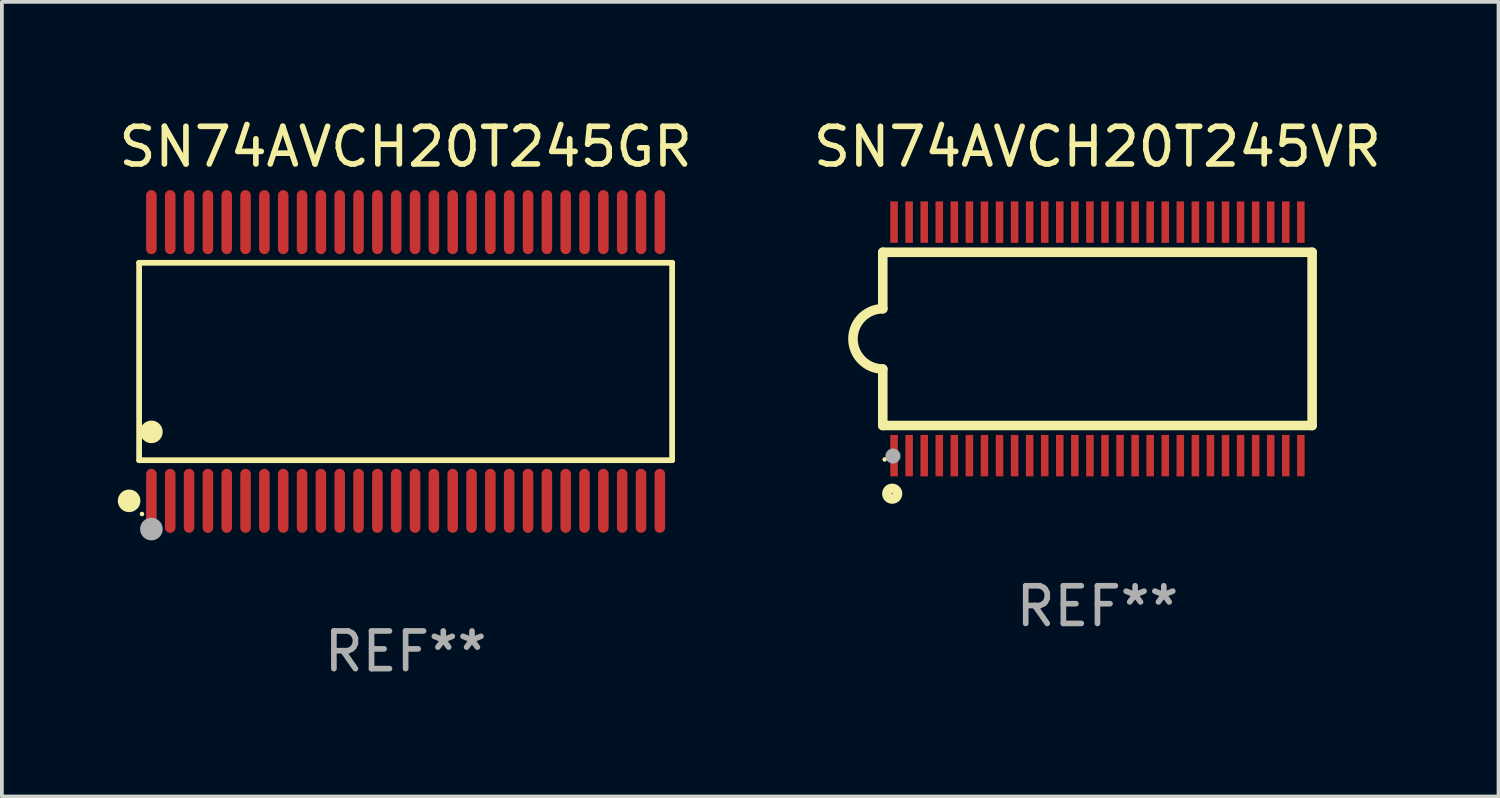
<source format=kicad_pcb>
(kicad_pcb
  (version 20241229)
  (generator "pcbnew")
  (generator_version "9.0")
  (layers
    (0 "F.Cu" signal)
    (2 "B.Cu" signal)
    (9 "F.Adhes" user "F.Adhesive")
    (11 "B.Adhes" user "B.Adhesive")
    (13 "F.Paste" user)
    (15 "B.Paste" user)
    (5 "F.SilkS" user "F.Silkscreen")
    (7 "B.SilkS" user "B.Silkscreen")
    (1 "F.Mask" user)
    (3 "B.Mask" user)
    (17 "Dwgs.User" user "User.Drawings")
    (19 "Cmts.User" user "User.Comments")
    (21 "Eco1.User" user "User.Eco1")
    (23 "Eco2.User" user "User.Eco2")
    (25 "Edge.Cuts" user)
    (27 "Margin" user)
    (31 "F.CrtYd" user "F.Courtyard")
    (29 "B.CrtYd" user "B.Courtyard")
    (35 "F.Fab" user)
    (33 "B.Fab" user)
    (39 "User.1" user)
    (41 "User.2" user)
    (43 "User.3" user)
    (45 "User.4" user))
  (footprint "SN74AVCH20T245GR"
    (layer "F.Cu")
    (at 7.72 6.548)
    (property "Reference" "SN74AVCH20T245GR" (at 0 -5.7 0) (layer "F.SilkS") (effects (font (size 1 1) (thickness 0.15))))
    (attr through_hole)
    (fp_line (start -7.076 -2.621) (end 7.076 -2.621) (stroke (width 0.152) (type solid)) (layer "F.SilkS"))
    (fp_line (start -7.076 2.621) (end -7.076 -2.621) (stroke (width 0.152) (type solid)) (layer "F.SilkS"))
    (fp_line (start 7.076 -2.621) (end 7.076 2.621) (stroke (width 0.152) (type solid)) (layer "F.SilkS"))
    (fp_line (start 7.076 2.621) (end -7.076 2.621) (stroke (width 0.152) (type solid)) (layer "F.SilkS"))
    (fp_circle (center -7.342 3.7) (end -7.192 3.7) (stroke (width 0.3) (type solid)) (fill no) (layer "F.SilkS"))
    (fp_circle (center -7 4.05) (end -6.97 4.05) (stroke (width 0.06) (type solid)) (fill no) (layer "F.SilkS"))
    (fp_circle (center -6.75 1.869) (end -6.6 1.869) (stroke (width 0.3) (type solid)) (fill no) (layer "F.SilkS"))
    (fp_circle (center -6.75 4.45) (end -6.6 4.45) (stroke (width 0.3) (type solid)) (fill no) (layer "F.Fab"))
    (fp_text user "REF**" (at 0 7.7 0) (layer "F.Fab") (effects (font (size 1 1) (thickness 0.15))))
    (pad "1" smd oval (at -6.75 3.7) (size 0.28 1.7) (layers "F.Cu" "F.Mask" "F.Paste"))
    (pad "2" smd oval (at -6.25 3.7) (size 0.28 1.7) (layers "F.Cu" "F.Mask" "F.Paste"))
    (pad "3" smd oval (at -5.75 3.7) (size 0.28 1.7) (layers "F.Cu" "F.Mask" "F.Paste"))
    (pad "4" smd oval (at -5.25 3.7) (size 0.28 1.7) (layers "F.Cu" "F.Mask" "F.Paste"))
    (pad "5" smd oval (at -4.75 3.7) (size 0.28 1.7) (layers "F.Cu" "F.Mask" "F.Paste"))
    (pad "6" smd oval (at -4.25 3.7) (size 0.28 1.7) (layers "F.Cu" "F.Mask" "F.Paste"))
    (pad "7" smd oval (at -3.75 3.7) (size 0.28 1.7) (layers "F.Cu" "F.Mask" "F.Paste"))
    (pad "8" smd oval (at -3.25 3.7) (size 0.28 1.7) (layers "F.Cu" "F.Mask" "F.Paste"))
    (pad "9" smd oval (at -2.75 3.7) (size 0.28 1.7) (layers "F.Cu" "F.Mask" "F.Paste"))
    (pad "10" smd oval (at -2.25 3.7) (size 0.28 1.7) (layers "F.Cu" "F.Mask" "F.Paste"))
    (pad "11" smd oval (at -1.75 3.7) (size 0.28 1.7) (layers "F.Cu" "F.Mask" "F.Paste"))
    (pad "12" smd oval (at -1.25 3.7) (size 0.28 1.7) (layers "F.Cu" "F.Mask" "F.Paste"))
    (pad "13" smd oval (at -0.75 3.7) (size 0.28 1.7) (layers "F.Cu" "F.Mask" "F.Paste"))
    (pad "14" smd oval (at -0.25 3.7) (size 0.28 1.7) (layers "F.Cu" "F.Mask" "F.Paste"))
    (pad "15" smd oval (at 0.25 3.7) (size 0.28 1.7) (layers "F.Cu" "F.Mask" "F.Paste"))
    (pad "16" smd oval (at 0.75 3.7) (size 0.28 1.7) (layers "F.Cu" "F.Mask" "F.Paste"))
    (pad "17" smd oval (at 1.25 3.7) (size 0.28 1.7) (layers "F.Cu" "F.Mask" "F.Paste"))
    (pad "18" smd oval (at 1.75 3.7) (size 0.28 1.7) (layers "F.Cu" "F.Mask" "F.Paste"))
    (pad "19" smd oval (at 2.25 3.7) (size 0.28 1.7) (layers "F.Cu" "F.Mask" "F.Paste"))
    (pad "20" smd oval (at 2.75 3.7) (size 0.28 1.7) (layers "F.Cu" "F.Mask" "F.Paste"))
    (pad "21" smd oval (at 3.25 3.7) (size 0.28 1.7) (layers "F.Cu" "F.Mask" "F.Paste"))
    (pad "22" smd oval (at 3.75 3.7) (size 0.28 1.7) (layers "F.Cu" "F.Mask" "F.Paste"))
    (pad "23" smd oval (at 4.25 3.7) (size 0.28 1.7) (layers "F.Cu" "F.Mask" "F.Paste"))
    (pad "24" smd oval (at 4.75 3.7) (size 0.28 1.7) (layers "F.Cu" "F.Mask" "F.Paste"))
    (pad "25" smd oval (at 5.25 3.7) (size 0.28 1.7) (layers "F.Cu" "F.Mask" "F.Paste"))
    (pad "26" smd oval (at 5.75 3.7) (size 0.28 1.7) (layers "F.Cu" "F.Mask" "F.Paste"))
    (pad "27" smd oval (at 6.25 3.7) (size 0.28 1.7) (layers "F.Cu" "F.Mask" "F.Paste"))
    (pad "28" smd oval (at 6.75 3.7) (size 0.28 1.7) (layers "F.Cu" "F.Mask" "F.Paste"))
    (pad "29" smd oval (at 6.75 -3.7) (size 0.28 1.7) (layers "F.Cu" "F.Mask" "F.Paste"))
    (pad "30" smd oval (at 6.25 -3.7) (size 0.28 1.7) (layers "F.Cu" "F.Mask" "F.Paste"))
    (pad "31" smd oval (at 5.75 -3.7) (size 0.28 1.7) (layers "F.Cu" "F.Mask" "F.Paste"))
    (pad "32" smd oval (at 5.25 -3.7) (size 0.28 1.7) (layers "F.Cu" "F.Mask" "F.Paste"))
    (pad "33" smd oval (at 4.75 -3.7) (size 0.28 1.7) (layers "F.Cu" "F.Mask" "F.Paste"))
    (pad "34" smd oval (at 4.25 -3.7) (size 0.28 1.7) (layers "F.Cu" "F.Mask" "F.Paste"))
    (pad "35" smd oval (at 3.75 -3.7) (size 0.28 1.7) (layers "F.Cu" "F.Mask" "F.Paste"))
    (pad "36" smd oval (at 3.25 -3.7) (size 0.28 1.7) (layers "F.Cu" "F.Mask" "F.Paste"))
    (pad "37" smd oval (at 2.75 -3.7) (size 0.28 1.7) (layers "F.Cu" "F.Mask" "F.Paste"))
    (pad "38" smd oval (at 2.25 -3.7) (size 0.28 1.7) (layers "F.Cu" "F.Mask" "F.Paste"))
    (pad "39" smd oval (at 1.75 -3.7) (size 0.28 1.7) (layers "F.Cu" "F.Mask" "F.Paste"))
    (pad "40" smd oval (at 1.25 -3.7) (size 0.28 1.7) (layers "F.Cu" "F.Mask" "F.Paste"))
    (pad "41" smd oval (at 0.75 -3.7) (size 0.28 1.7) (layers "F.Cu" "F.Mask" "F.Paste"))
    (pad "42" smd oval (at 0.25 -3.7) (size 0.28 1.7) (layers "F.Cu" "F.Mask" "F.Paste"))
    (pad "43" smd oval (at -0.25 -3.7) (size 0.28 1.7) (layers "F.Cu" "F.Mask" "F.Paste"))
    (pad "44" smd oval (at -0.75 -3.7) (size 0.28 1.7) (layers "F.Cu" "F.Mask" "F.Paste"))
    (pad "45" smd oval (at -1.25 -3.7) (size 0.28 1.7) (layers "F.Cu" "F.Mask" "F.Paste"))
    (pad "46" smd oval (at -1.75 -3.7) (size 0.28 1.7) (layers "F.Cu" "F.Mask" "F.Paste"))
    (pad "47" smd oval (at -2.25 -3.7) (size 0.28 1.7) (layers "F.Cu" "F.Mask" "F.Paste"))
    (pad "48" smd oval (at -2.75 -3.7) (size 0.28 1.7) (layers "F.Cu" "F.Mask" "F.Paste"))
    (pad "49" smd oval (at -3.25 -3.7) (size 0.28 1.7) (layers "F.Cu" "F.Mask" "F.Paste"))
    (pad "50" smd oval (at -3.75 -3.7) (size 0.28 1.7) (layers "F.Cu" "F.Mask" "F.Paste"))
    (pad "51" smd oval (at -4.25 -3.7) (size 0.28 1.7) (layers "F.Cu" "F.Mask" "F.Paste"))
    (pad "52" smd oval (at -4.75 -3.7) (size 0.28 1.7) (layers "F.Cu" "F.Mask" "F.Paste"))
    (pad "53" smd oval (at -5.25 -3.7) (size 0.28 1.7) (layers "F.Cu" "F.Mask" "F.Paste"))
    (pad "54" smd oval (at -5.75 -3.7) (size 0.28 1.7) (layers "F.Cu" "F.Mask" "F.Paste"))
    (pad "55" smd oval (at -6.25 -3.7) (size 0.28 1.7) (layers "F.Cu" "F.Mask" "F.Paste"))
    (pad "56" smd oval (at -6.75 -3.7) (size 0.28 1.7) (layers "F.Cu" "F.Mask" "F.Paste")))
  (footprint "SN74AVCH20T245VR"
    (layer "F.Cu")
    (at 26.089 5.948)
    (property "Reference" "SN74AVCH20T245VR" (at 0 -5.1 0) (layer "F.SilkS") (effects (font (size 1 1) (thickness 0.15))))
    (attr through_hole)
    (fp_line (start -5.7 -2.3) (end -5.7 -0.8) (stroke (width 0.254) (type solid)) (layer "F.SilkS"))
    (fp_line (start -5.7 -2.3) (end 5.7 -2.3) (stroke (width 0.254) (type solid)) (layer "F.SilkS"))
    (fp_line (start -5.7 2.3) (end -5.7 0.8) (stroke (width 0.254) (type solid)) (layer "F.SilkS"))
    (fp_line (start -5.7 2.3) (end 5.7 2.3) (stroke (width 0.254) (type solid)) (layer "F.SilkS"))
    (fp_line (start 5.7 -2.3) (end 5.7 2.3) (stroke (width 0.254) (type solid)) (layer "F.SilkS"))
    (fp_arc (start -5.700013 0.800025) (mid -6.500343 -0.000382) (end -5.699962 -0.800737) (stroke (width 0.254001) (type solid)) (layer "F.SilkS"))
    (fp_circle (center -5.65 3.2) (end -5.62 3.2) (stroke (width 0.06) (type solid)) (fill no) (layer "F.SilkS"))
    (fp_circle (center -5.45 4.11) (end -5.309 4.11) (stroke (width 0.254) (type solid)) (fill no) (layer "F.SilkS"))
    (fp_circle (center -5.43 3.11) (end -5.33 3.11) (stroke (width 0.2) (type solid)) (fill no) (layer "F.Fab"))
    (fp_text user "REF**" (at 0 7.1 0) (layer "F.Fab") (effects (font (size 1 1) (thickness 0.15))))
    (pad "1" smd rect (at -5.4 3.1) (size 0.2 1.1) (layers "F.Cu" "F.Mask" "F.Paste"))
    (pad "2" smd rect (at -5 3.1) (size 0.2 1.1) (layers "F.Cu" "F.Mask" "F.Paste"))
    (pad "3" smd rect (at -4.6 3.1) (size 0.2 1.1) (layers "F.Cu" "F.Mask" "F.Paste"))
    (pad "4" smd rect (at -4.2 3.1) (size 0.2 1.1) (layers "F.Cu" "F.Mask" "F.Paste"))
    (pad "5" smd rect (at -3.8 3.1) (size 0.2 1.1) (layers "F.Cu" "F.Mask" "F.Paste"))
    (pad "6" smd rect (at -3.4 3.1) (size 0.2 1.1) (layers "F.Cu" "F.Mask" "F.Paste"))
    (pad "7" smd rect (at -3 3.1) (size 0.2 1.1) (layers "F.Cu" "F.Mask" "F.Paste"))
    (pad "8" smd rect (at -2.6 3.1) (size 0.2 1.1) (layers "F.Cu" "F.Mask" "F.Paste"))
    (pad "9" smd rect (at -2.2 3.1) (size 0.2 1.1) (layers "F.Cu" "F.Mask" "F.Paste"))
    (pad "10" smd rect (at -1.8 3.1) (size 0.2 1.1) (layers "F.Cu" "F.Mask" "F.Paste"))
    (pad "11" smd rect (at -1.4 3.1) (size 0.2 1.1) (layers "F.Cu" "F.Mask" "F.Paste"))
    (pad "12" smd rect (at -1 3.1) (size 0.2 1.1) (layers "F.Cu" "F.Mask" "F.Paste"))
    (pad "13" smd rect (at -0.6 3.1) (size 0.2 1.1) (layers "F.Cu" "F.Mask" "F.Paste"))
    (pad "14" smd rect (at -0.2 3.1) (size 0.2 1.1) (layers "F.Cu" "F.Mask" "F.Paste"))
    (pad "15" smd rect (at 0.2 3.1) (size 0.2 1.1) (layers "F.Cu" "F.Mask" "F.Paste"))
    (pad "16" smd rect (at 0.6 3.1) (size 0.2 1.1) (layers "F.Cu" "F.Mask" "F.Paste"))
    (pad "17" smd rect (at 1 3.1) (size 0.2 1.1) (layers "F.Cu" "F.Mask" "F.Paste"))
    (pad "18" smd rect (at 1.4 3.1) (size 0.2 1.1) (layers "F.Cu" "F.Mask" "F.Paste"))
    (pad "19" smd rect (at 1.8 3.1) (size 0.2 1.1) (layers "F.Cu" "F.Mask" "F.Paste"))
    (pad "20" smd rect (at 2.2 3.1) (size 0.2 1.1) (layers "F.Cu" "F.Mask" "F.Paste"))
    (pad "21" smd rect (at 2.6 3.1) (size 0.2 1.1) (layers "F.Cu" "F.Mask" "F.Paste"))
    (pad "22" smd rect (at 3 3.1) (size 0.2 1.1) (layers "F.Cu" "F.Mask" "F.Paste"))
    (pad "23" smd rect (at 3.4 3.1) (size 0.2 1.1) (layers "F.Cu" "F.Mask" "F.Paste"))
    (pad "24" smd rect (at 3.8 3.1) (size 0.2 1.1) (layers "F.Cu" "F.Mask" "F.Paste"))
    (pad "25" smd rect (at 4.2 3.1) (size 0.2 1.1) (layers "F.Cu" "F.Mask" "F.Paste"))
    (pad "26" smd rect (at 4.6 3.1) (size 0.2 1.1) (layers "F.Cu" "F.Mask" "F.Paste"))
    (pad "27" smd rect (at 5 3.1) (size 0.2 1.1) (layers "F.Cu" "F.Mask" "F.Paste"))
    (pad "28" smd rect (at 5.4 3.1) (size 0.2 1.1) (layers "F.Cu" "F.Mask" "F.Paste"))
    (pad "29" smd rect (at 5.4 -3.1) (size 0.2 1.1) (layers "F.Cu" "F.Mask" "F.Paste"))
    (pad "30" smd rect (at 5 -3.1) (size 0.2 1.1) (layers "F.Cu" "F.Mask" "F.Paste"))
    (pad "31" smd rect (at 4.6 -3.1) (size 0.2 1.1) (layers "F.Cu" "F.Mask" "F.Paste"))
    (pad "32" smd rect (at 4.2 -3.1) (size 0.2 1.1) (layers "F.Cu" "F.Mask" "F.Paste"))
    (pad "33" smd rect (at 3.8 -3.1) (size 0.2 1.1) (layers "F.Cu" "F.Mask" "F.Paste"))
    (pad "34" smd rect (at 3.4 -3.1) (size 0.2 1.1) (layers "F.Cu" "F.Mask" "F.Paste"))
    (pad "35" smd rect (at 3 -3.1) (size 0.2 1.1) (layers "F.Cu" "F.Mask" "F.Paste"))
    (pad "36" smd rect (at 2.6 -3.1) (size 0.2 1.1) (layers "F.Cu" "F.Mask" "F.Paste"))
    (pad "37" smd rect (at 2.2 -3.1) (size 0.2 1.1) (layers "F.Cu" "F.Mask" "F.Paste"))
    (pad "38" smd rect (at 1.8 -3.1) (size 0.2 1.1) (layers "F.Cu" "F.Mask" "F.Paste"))
    (pad "39" smd rect (at 1.4 -3.1) (size 0.2 1.1) (layers "F.Cu" "F.Mask" "F.Paste"))
    (pad "40" smd rect (at 1 -3.1) (size 0.2 1.1) (layers "F.Cu" "F.Mask" "F.Paste"))
    (pad "41" smd rect (at 0.6 -3.1) (size 0.2 1.1) (layers "F.Cu" "F.Mask" "F.Paste"))
    (pad "42" smd rect (at 0.2 -3.1) (size 0.2 1.1) (layers "F.Cu" "F.Mask" "F.Paste"))
    (pad "43" smd rect (at -0.2 -3.1) (size 0.2 1.1) (layers "F.Cu" "F.Mask" "F.Paste"))
    (pad "44" smd rect (at -0.6 -3.1) (size 0.2 1.1) (layers "F.Cu" "F.Mask" "F.Paste"))
    (pad "45" smd rect (at -1 -3.1) (size 0.2 1.1) (layers "F.Cu" "F.Mask" "F.Paste"))
    (pad "46" smd rect (at -1.4 -3.1) (size 0.2 1.1) (layers "F.Cu" "F.Mask" "F.Paste"))
    (pad "47" smd rect (at -1.8 -3.1) (size 0.2 1.1) (layers "F.Cu" "F.Mask" "F.Paste"))
    (pad "48" smd rect (at -2.2 -3.1) (size 0.2 1.1) (layers "F.Cu" "F.Mask" "F.Paste"))
    (pad "49" smd rect (at -2.6 -3.1) (size 0.2 1.1) (layers "F.Cu" "F.Mask" "F.Paste"))
    (pad "50" smd rect (at -3 -3.1) (size 0.2 1.1) (layers "F.Cu" "F.Mask" "F.Paste"))
    (pad "51" smd rect (at -3.4 -3.1) (size 0.2 1.1) (layers "F.Cu" "F.Mask" "F.Paste"))
    (pad "52" smd rect (at -3.8 -3.1) (size 0.2 1.1) (layers "F.Cu" "F.Mask" "F.Paste"))
    (pad "53" smd rect (at -4.2 -3.1) (size 0.2 1.1) (layers "F.Cu" "F.Mask" "F.Paste"))
    (pad "54" smd rect (at -4.6 -3.1) (size 0.2 1.1) (layers "F.Cu" "F.Mask" "F.Paste"))
    (pad "55" smd rect (at -5 -3.1) (size 0.2 1.1) (layers "F.Cu" "F.Mask" "F.Paste"))
    (pad "56" smd rect (at -5.4 -3.1) (size 0.2 1.1) (layers "F.Cu" "F.Mask" "F.Paste")))
  (gr_rect
    (start -3 -3)
    (end 36.738 18.097)
    (stroke (width 0.1) (type default))
    (fill no)
    (layer "Edge.Cuts")))
</source>
